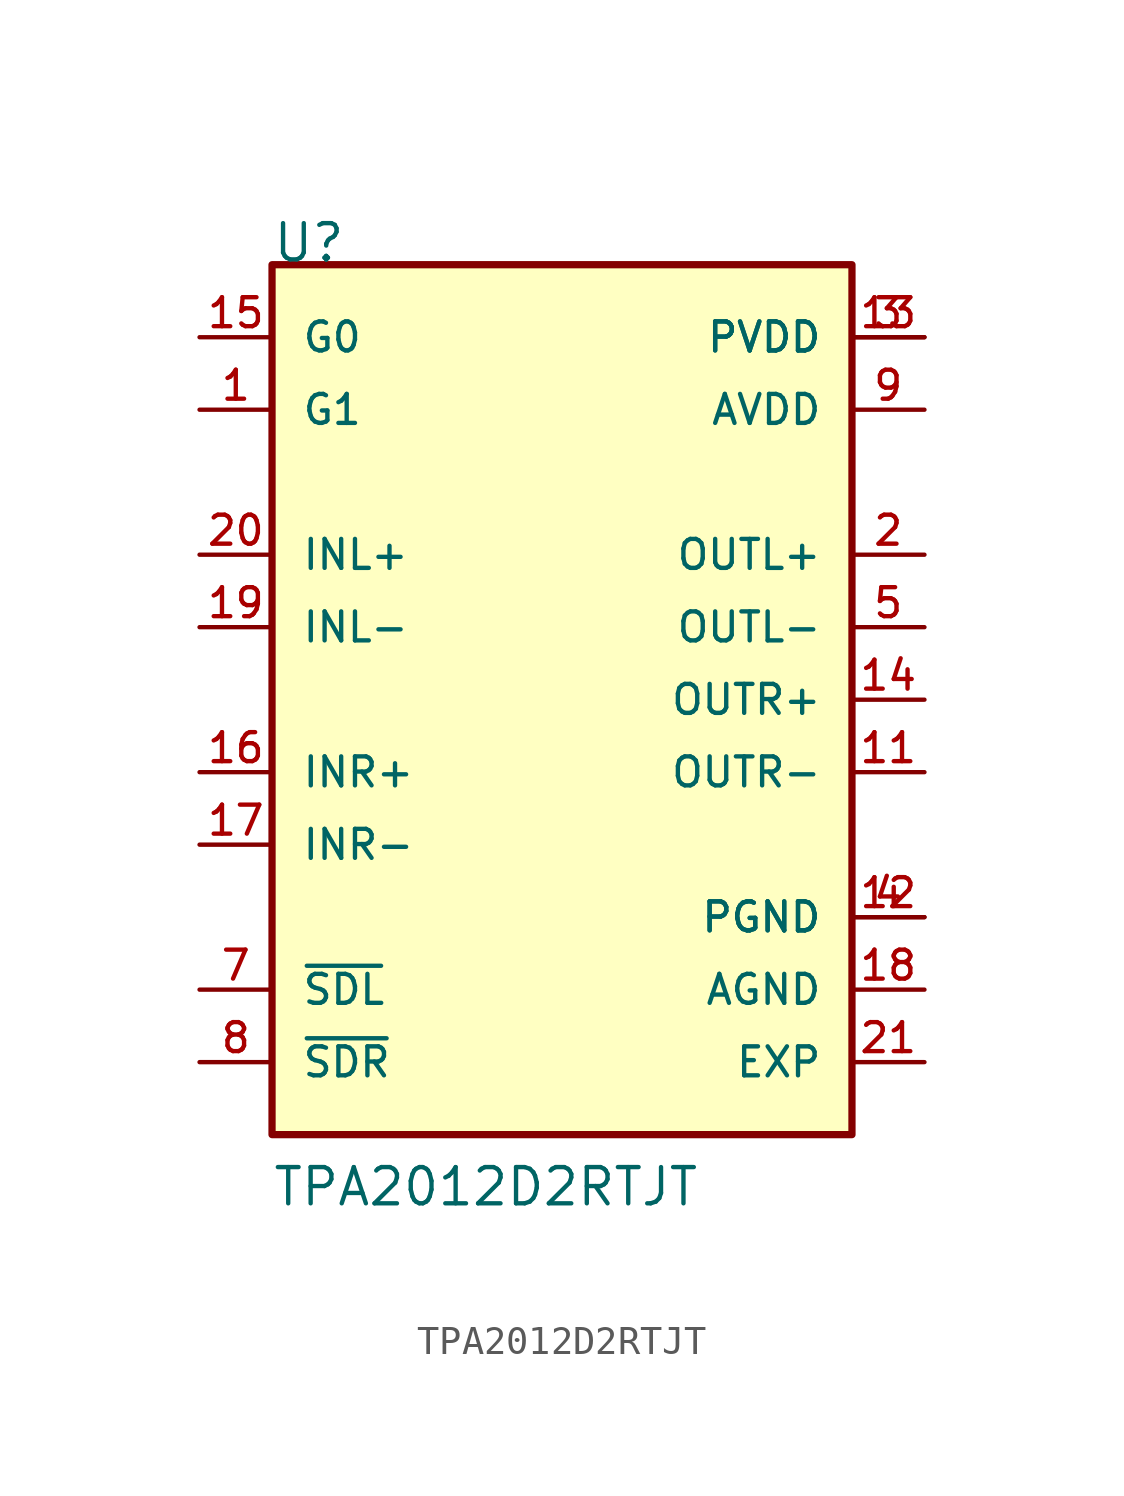
<source format=kicad_sym>
(kicad_symbol_lib
  (version 20211014)
  (generator kicad_symbol_editor)
  (symbol "TPA2012D2RTJT"
    (pin_names
      (offset 1.016))
    (property "Reference" "U"
      (at -10.176 15.264 0)
      (effects (font (size 1.27 1.27)) (justify bottom left)))
    (property "Value" "TPA2012D2RTJT"
      (at -10.177 -17.81 0)
      (effects (font (size 1.27 1.27)) (justify bottom left)))
    (symbol "TPA2012D2RTJT_0_0"
      (rectangle (start -10.16 -15.24) (end 10.16 15.24) (stroke (width 0.254)) (fill (type background)))
      (pin input line (at -12.7 10.16 0) (length 2.54) (name "G1" (effects (font (size 1.016 1.016)))) (number "1" (effects (font (size 1.016 1.016)))))
      (pin output line (at 12.7 5.08 180.0) (length 2.54) (name "OUTL+" (effects (font (size 1.016 1.016)))) (number "2" (effects (font (size 1.016 1.016)))))
      (pin power_in line (at 12.7 12.7 180.0) (length 2.54) (name "PVDD" (effects (font (size 1.016 1.016)))) (number "3" (effects (font (size 1.016 1.016)))))
      (pin power_in line (at 12.7 12.7 180.0) (length 2.54) (name "PVDD" (effects (font (size 1.016 1.016)))) (number "13" (effects (font (size 1.016 1.016)))))
      (pin power_in line (at 12.7 -7.62 180.0) (length 2.54) (name "PGND" (effects (font (size 1.016 1.016)))) (number "4" (effects (font (size 1.016 1.016)))))
      (pin power_in line (at 12.7 -7.62 180.0) (length 2.54) (name "PGND" (effects (font (size 1.016 1.016)))) (number "12" (effects (font (size 1.016 1.016)))))
      (pin output line (at 12.7 2.54 180.0) (length 2.54) (name "OUTL-" (effects (font (size 1.016 1.016)))) (number "5" (effects (font (size 1.016 1.016)))))
      (pin input line (at -12.7 -10.16 0) (length 2.54) (name "~{SDL}" (effects (font (size 1.016 1.016)))) (number "7" (effects (font (size 1.016 1.016)))))
      (pin input line (at -12.7 -12.7 0) (length 2.54) (name "~{SDR}" (effects (font (size 1.016 1.016)))) (number "8" (effects (font (size 1.016 1.016)))))
      (pin power_in line (at 12.7 10.16 180.0) (length 2.54) (name "AVDD" (effects (font (size 1.016 1.016)))) (number "9" (effects (font (size 1.016 1.016)))))
      (pin output line (at 12.7 -2.54 180.0) (length 2.54) (name "OUTR-" (effects (font (size 1.016 1.016)))) (number "11" (effects (font (size 1.016 1.016)))))
      (pin output line (at 12.7 0.0 180.0) (length 2.54) (name "OUTR+" (effects (font (size 1.016 1.016)))) (number "14" (effects (font (size 1.016 1.016)))))
      (pin input line (at -12.7 12.7 0) (length 2.54) (name "G0" (effects (font (size 1.016 1.016)))) (number "15" (effects (font (size 1.016 1.016)))))
      (pin input line (at -12.7 -2.54 0) (length 2.54) (name "INR+" (effects (font (size 1.016 1.016)))) (number "16" (effects (font (size 1.016 1.016)))))
      (pin input line (at -12.7 -5.08 0) (length 2.54) (name "INR-" (effects (font (size 1.016 1.016)))) (number "17" (effects (font (size 1.016 1.016)))))
      (pin power_in line (at 12.7 -10.16 180.0) (length 2.54) (name "AGND" (effects (font (size 1.016 1.016)))) (number "18" (effects (font (size 1.016 1.016)))))
      (pin input line (at -12.7 2.54 0) (length 2.54) (name "INL-" (effects (font (size 1.016 1.016)))) (number "19" (effects (font (size 1.016 1.016)))))
      (pin input line (at -12.7 5.08 0) (length 2.54) (name "INL+" (effects (font (size 1.016 1.016)))) (number "20" (effects (font (size 1.016 1.016)))))
      (pin power_in line (at 12.7 -12.7 180.0) (length 2.54) (name "EXP" (effects (font (size 1.016 1.016)))) (number "21" (effects (font (size 1.016 1.016))))))))
</source>
